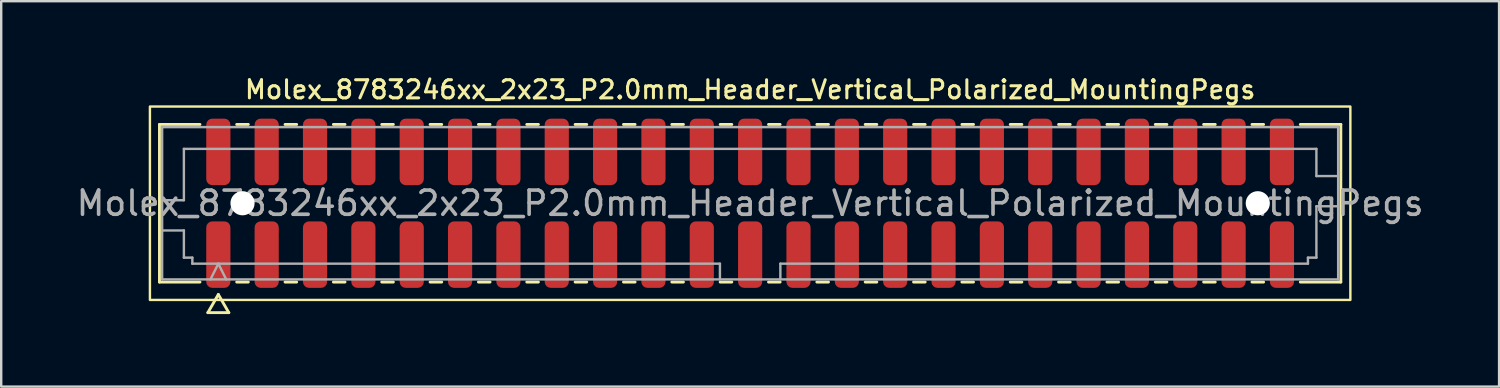
<source format=kicad_pcb>
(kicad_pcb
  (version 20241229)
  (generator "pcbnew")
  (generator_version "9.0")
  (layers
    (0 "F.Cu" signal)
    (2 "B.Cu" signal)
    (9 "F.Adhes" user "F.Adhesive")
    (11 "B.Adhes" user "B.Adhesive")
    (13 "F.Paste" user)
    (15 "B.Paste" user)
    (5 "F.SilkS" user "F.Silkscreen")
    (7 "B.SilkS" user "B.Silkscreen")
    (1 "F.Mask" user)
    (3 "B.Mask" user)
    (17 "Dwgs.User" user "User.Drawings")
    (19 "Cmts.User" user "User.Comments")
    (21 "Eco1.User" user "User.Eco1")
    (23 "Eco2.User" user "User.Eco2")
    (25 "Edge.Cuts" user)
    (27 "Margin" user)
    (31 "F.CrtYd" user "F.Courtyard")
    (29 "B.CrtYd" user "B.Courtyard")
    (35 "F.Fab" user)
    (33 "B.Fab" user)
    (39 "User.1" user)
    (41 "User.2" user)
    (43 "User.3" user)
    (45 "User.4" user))
  (footprint "Molex_8783246xx_2x23_P2.0mm_Header_Vertical_Polarized_MountingPegs"
    (layer "F.Cu")
    (at 27.982 5.358)
    (property "Reference" "Molex_8783246xx_2x23_P2.0mm_Header_Vertical_Polarized_MountingPegs" (at 0 -4.7 0) (layer "F.SilkS") (effects (font (size 0.75 0.75) (thickness 0.125))))
    (attr smd)
    (fp_line (start -24.435 -3.26) (end -22.76 -3.26) (stroke (width 0.12) (type solid)) (layer "F.SilkS"))
    (fp_line (start -24.435 3.26) (end -24.435 -3.26) (stroke (width 0.12) (type solid)) (layer "F.SilkS"))
    (fp_line (start -22.76 3.26) (end -24.435 3.26) (stroke (width 0.12) (type solid)) (layer "F.SilkS"))
    (fp_line (start -22.433 4.525) (end -22 3.775) (stroke (width 0.12) (type solid)) (layer "F.SilkS"))
    (fp_line (start -22 3.775) (end -21.567 4.525) (stroke (width 0.12) (type solid)) (layer "F.SilkS"))
    (fp_line (start -21.567 4.525) (end -22.433 4.525) (stroke (width 0.12) (type solid)) (layer "F.SilkS"))
    (fp_line (start -21.24 -3.26) (end -20.76 -3.26) (stroke (width 0.12) (type solid)) (layer "F.SilkS"))
    (fp_line (start -20.76 3.26) (end -21.24 3.26) (stroke (width 0.12) (type solid)) (layer "F.SilkS"))
    (fp_line (start -19.24 -3.26) (end -18.76 -3.26) (stroke (width 0.12) (type solid)) (layer "F.SilkS"))
    (fp_line (start -18.76 3.26) (end -19.24 3.26) (stroke (width 0.12) (type solid)) (layer "F.SilkS"))
    (fp_line (start -17.24 -3.26) (end -16.76 -3.26) (stroke (width 0.12) (type solid)) (layer "F.SilkS"))
    (fp_line (start -16.76 3.26) (end -17.24 3.26) (stroke (width 0.12) (type solid)) (layer "F.SilkS"))
    (fp_line (start -15.24 -3.26) (end -14.76 -3.26) (stroke (width 0.12) (type solid)) (layer "F.SilkS"))
    (fp_line (start -14.76 3.26) (end -15.24 3.26) (stroke (width 0.12) (type solid)) (layer "F.SilkS"))
    (fp_line (start -13.24 -3.26) (end -12.76 -3.26) (stroke (width 0.12) (type solid)) (layer "F.SilkS"))
    (fp_line (start -12.76 3.26) (end -13.24 3.26) (stroke (width 0.12) (type solid)) (layer "F.SilkS"))
    (fp_line (start -11.24 -3.26) (end -10.76 -3.26) (stroke (width 0.12) (type solid)) (layer "F.SilkS"))
    (fp_line (start -10.76 3.26) (end -11.24 3.26) (stroke (width 0.12) (type solid)) (layer "F.SilkS"))
    (fp_line (start -9.24 -3.26) (end -8.76 -3.26) (stroke (width 0.12) (type solid)) (layer "F.SilkS"))
    (fp_line (start -8.76 3.26) (end -9.24 3.26) (stroke (width 0.12) (type solid)) (layer "F.SilkS"))
    (fp_line (start -7.24 -3.26) (end -6.76 -3.26) (stroke (width 0.12) (type solid)) (layer "F.SilkS"))
    (fp_line (start -6.76 3.26) (end -7.24 3.26) (stroke (width 0.12) (type solid)) (layer "F.SilkS"))
    (fp_line (start -5.24 -3.26) (end -4.76 -3.26) (stroke (width 0.12) (type solid)) (layer "F.SilkS"))
    (fp_line (start -4.76 3.26) (end -5.24 3.26) (stroke (width 0.12) (type solid)) (layer "F.SilkS"))
    (fp_line (start -3.24 -3.26) (end -2.76 -3.26) (stroke (width 0.12) (type solid)) (layer "F.SilkS"))
    (fp_line (start -2.76 3.26) (end -3.24 3.26) (stroke (width 0.12) (type solid)) (layer "F.SilkS"))
    (fp_line (start -1.24 -3.26) (end -0.76 -3.26) (stroke (width 0.12) (type solid)) (layer "F.SilkS"))
    (fp_line (start -0.76 3.26) (end -1.24 3.26) (stroke (width 0.12) (type solid)) (layer "F.SilkS"))
    (fp_line (start 0.76 -3.26) (end 1.24 -3.26) (stroke (width 0.12) (type solid)) (layer "F.SilkS"))
    (fp_line (start 1.24 3.26) (end 0.76 3.26) (stroke (width 0.12) (type solid)) (layer "F.SilkS"))
    (fp_line (start 2.76 -3.26) (end 3.24 -3.26) (stroke (width 0.12) (type solid)) (layer "F.SilkS"))
    (fp_line (start 3.24 3.26) (end 2.76 3.26) (stroke (width 0.12) (type solid)) (layer "F.SilkS"))
    (fp_line (start 4.76 -3.26) (end 5.24 -3.26) (stroke (width 0.12) (type solid)) (layer "F.SilkS"))
    (fp_line (start 5.24 3.26) (end 4.76 3.26) (stroke (width 0.12) (type solid)) (layer "F.SilkS"))
    (fp_line (start 6.76 -3.26) (end 7.24 -3.26) (stroke (width 0.12) (type solid)) (layer "F.SilkS"))
    (fp_line (start 7.24 3.26) (end 6.76 3.26) (stroke (width 0.12) (type solid)) (layer "F.SilkS"))
    (fp_line (start 8.76 -3.26) (end 9.24 -3.26) (stroke (width 0.12) (type solid)) (layer "F.SilkS"))
    (fp_line (start 9.24 3.26) (end 8.76 3.26) (stroke (width 0.12) (type solid)) (layer "F.SilkS"))
    (fp_line (start 10.76 -3.26) (end 11.24 -3.26) (stroke (width 0.12) (type solid)) (layer "F.SilkS"))
    (fp_line (start 11.24 3.26) (end 10.76 3.26) (stroke (width 0.12) (type solid)) (layer "F.SilkS"))
    (fp_line (start 12.76 -3.26) (end 13.24 -3.26) (stroke (width 0.12) (type solid)) (layer "F.SilkS"))
    (fp_line (start 13.24 3.26) (end 12.76 3.26) (stroke (width 0.12) (type solid)) (layer "F.SilkS"))
    (fp_line (start 14.76 -3.26) (end 15.24 -3.26) (stroke (width 0.12) (type solid)) (layer "F.SilkS"))
    (fp_line (start 15.24 3.26) (end 14.76 3.26) (stroke (width 0.12) (type solid)) (layer "F.SilkS"))
    (fp_line (start 16.76 -3.26) (end 17.24 -3.26) (stroke (width 0.12) (type solid)) (layer "F.SilkS"))
    (fp_line (start 17.24 3.26) (end 16.76 3.26) (stroke (width 0.12) (type solid)) (layer "F.SilkS"))
    (fp_line (start 18.76 -3.26) (end 19.24 -3.26) (stroke (width 0.12) (type solid)) (layer "F.SilkS"))
    (fp_line (start 19.24 3.26) (end 18.76 3.26) (stroke (width 0.12) (type solid)) (layer "F.SilkS"))
    (fp_line (start 20.76 -3.26) (end 21.24 -3.26) (stroke (width 0.12) (type solid)) (layer "F.SilkS"))
    (fp_line (start 21.24 3.26) (end 20.76 3.26) (stroke (width 0.12) (type solid)) (layer "F.SilkS"))
    (fp_line (start 22.76 -3.26) (end 24.435 -3.26) (stroke (width 0.12) (type solid)) (layer "F.SilkS"))
    (fp_line (start 24.435 -3.26) (end 24.435 3.26) (stroke (width 0.12) (type solid)) (layer "F.SilkS"))
    (fp_line (start 24.435 3.26) (end 22.76 3.26) (stroke (width 0.12) (type solid)) (layer "F.SilkS"))
    (fp_rect (start -24.83 -4) (end 24.83 4) (stroke (width 0.1) (type solid)) (fill no) (layer "F.SilkS"))
    (fp_line (start -24.325 -3.15) (end 24.325 -3.15) (stroke (width 0.1) (type solid)) (layer "F.Fab"))
    (fp_line (start -24.325 -0.125) (end -23.425 -0.125) (stroke (width 0.1) (type solid)) (layer "F.Fab"))
    (fp_line (start -24.325 1.125) (end -23.425 1.125) (stroke (width 0.1) (type solid)) (layer "F.Fab"))
    (fp_line (start -24.325 3.15) (end -24.325 -3.15) (stroke (width 0.1) (type solid)) (layer "F.Fab"))
    (fp_line (start -23.425 -2.25) (end 23.425 -2.25) (stroke (width 0.1) (type solid)) (layer "F.Fab"))
    (fp_line (start -23.425 -0.125) (end -23.425 -2.25) (stroke (width 0.1) (type solid)) (layer "F.Fab"))
    (fp_line (start -23.425 1.125) (end -23.425 2.25) (stroke (width 0.1) (type solid)) (layer "F.Fab"))
    (fp_line (start -23.425 2.25) (end -23.075 2.25) (stroke (width 0.1) (type solid)) (layer "F.Fab"))
    (fp_line (start -23.075 2.25) (end -23.075 2.5) (stroke (width 0.1) (type solid)) (layer "F.Fab"))
    (fp_line (start -23.075 2.5) (end -1.25 2.5) (stroke (width 0.1) (type solid)) (layer "F.Fab"))
    (fp_line (start -22.325 3.15) (end -22 2.5) (stroke (width 0.1) (type solid)) (layer "F.Fab"))
    (fp_line (start -22 2.5) (end -21.675 3.15) (stroke (width 0.1) (type solid)) (layer "F.Fab"))
    (fp_line (start -1.25 2.5) (end -1.25 3.15) (stroke (width 0.1) (type solid)) (layer "F.Fab"))
    (fp_line (start 1.25 2.5) (end 1.25 3.15) (stroke (width 0.1) (type solid)) (layer "F.Fab"))
    (fp_line (start 1.25 2.5) (end 23.075 2.5) (stroke (width 0.1) (type solid)) (layer "F.Fab"))
    (fp_line (start 23.075 2.25) (end 23.425 2.25) (stroke (width 0.1) (type solid)) (layer "F.Fab"))
    (fp_line (start 23.075 2.5) (end 23.075 2.25) (stroke (width 0.1) (type solid)) (layer "F.Fab"))
    (fp_line (start 23.425 -2.25) (end 23.425 -1.125) (stroke (width 0.1) (type solid)) (layer "F.Fab"))
    (fp_line (start 23.425 -1.125) (end 24.325 -1.125) (stroke (width 0.1) (type solid)) (layer "F.Fab"))
    (fp_line (start 23.425 0.125) (end 24.325 0.125) (stroke (width 0.1) (type solid)) (layer "F.Fab"))
    (fp_line (start 23.425 2.25) (end 23.425 0.125) (stroke (width 0.1) (type solid)) (layer "F.Fab"))
    (fp_line (start 24.325 -3.15) (end 24.325 3.15) (stroke (width 0.1) (type solid)) (layer "F.Fab"))
    (fp_line (start 24.325 3.15) (end -24.325 3.15) (stroke (width 0.1) (type solid)) (layer "F.Fab"))
    (fp_text user "${REFERENCE}" (at 0 0 0) (layer "F.Fab") (effects (font (size 1 1) (thickness 0.15))))
    (pad "" np_thru_hole circle (at -21 0) (size 1 1) (drill 1) (layers "*.Cu" "*.Mask"))
    (pad "" np_thru_hole circle (at 21 0) (size 1 1) (drill 1) (layers "*.Cu" "*.Mask"))
    (pad "1" smd roundrect (at -22 2.125) (size 1 2.75) (layers "F.Cu" "F.Mask" "F.Paste") (roundrect_rratio 0.25))
    (pad "2" smd roundrect (at -22 -2.125) (size 1 2.75) (layers "F.Cu" "F.Mask" "F.Paste") (roundrect_rratio 0.25))
    (pad "3" smd roundrect (at -20 2.125) (size 1 2.75) (layers "F.Cu" "F.Mask" "F.Paste") (roundrect_rratio 0.25))
    (pad "4" smd roundrect (at -20 -2.125) (size 1 2.75) (layers "F.Cu" "F.Mask" "F.Paste") (roundrect_rratio 0.25))
    (pad "5" smd roundrect (at -18 2.125) (size 1 2.75) (layers "F.Cu" "F.Mask" "F.Paste") (roundrect_rratio 0.25))
    (pad "6" smd roundrect (at -18 -2.125) (size 1 2.75) (layers "F.Cu" "F.Mask" "F.Paste") (roundrect_rratio 0.25))
    (pad "7" smd roundrect (at -16 2.125) (size 1 2.75) (layers "F.Cu" "F.Mask" "F.Paste") (roundrect_rratio 0.25))
    (pad "8" smd roundrect (at -16 -2.125) (size 1 2.75) (layers "F.Cu" "F.Mask" "F.Paste") (roundrect_rratio 0.25))
    (pad "9" smd roundrect (at -14 2.125) (size 1 2.75) (layers "F.Cu" "F.Mask" "F.Paste") (roundrect_rratio 0.25))
    (pad "10" smd roundrect (at -14 -2.125) (size 1 2.75) (layers "F.Cu" "F.Mask" "F.Paste") (roundrect_rratio 0.25))
    (pad "11" smd roundrect (at -12 2.125) (size 1 2.75) (layers "F.Cu" "F.Mask" "F.Paste") (roundrect_rratio 0.25))
    (pad "12" smd roundrect (at -12 -2.125) (size 1 2.75) (layers "F.Cu" "F.Mask" "F.Paste") (roundrect_rratio 0.25))
    (pad "13" smd roundrect (at -10 2.125) (size 1 2.75) (layers "F.Cu" "F.Mask" "F.Paste") (roundrect_rratio 0.25))
    (pad "14" smd roundrect (at -10 -2.125) (size 1 2.75) (layers "F.Cu" "F.Mask" "F.Paste") (roundrect_rratio 0.25))
    (pad "15" smd roundrect (at -8 2.125) (size 1 2.75) (layers "F.Cu" "F.Mask" "F.Paste") (roundrect_rratio 0.25))
    (pad "16" smd roundrect (at -8 -2.125) (size 1 2.75) (layers "F.Cu" "F.Mask" "F.Paste") (roundrect_rratio 0.25))
    (pad "17" smd roundrect (at -6 2.125) (size 1 2.75) (layers "F.Cu" "F.Mask" "F.Paste") (roundrect_rratio 0.25))
    (pad "18" smd roundrect (at -6 -2.125) (size 1 2.75) (layers "F.Cu" "F.Mask" "F.Paste") (roundrect_rratio 0.25))
    (pad "19" smd roundrect (at -4 2.125) (size 1 2.75) (layers "F.Cu" "F.Mask" "F.Paste") (roundrect_rratio 0.25))
    (pad "20" smd roundrect (at -4 -2.125) (size 1 2.75) (layers "F.Cu" "F.Mask" "F.Paste") (roundrect_rratio 0.25))
    (pad "21" smd roundrect (at -2 2.125) (size 1 2.75) (layers "F.Cu" "F.Mask" "F.Paste") (roundrect_rratio 0.25))
    (pad "22" smd roundrect (at -2 -2.125) (size 1 2.75) (layers "F.Cu" "F.Mask" "F.Paste") (roundrect_rratio 0.25))
    (pad "23" smd roundrect (at 0 2.125) (size 1 2.75) (layers "F.Cu" "F.Mask" "F.Paste") (roundrect_rratio 0.25))
    (pad "24" smd roundrect (at 0 -2.125) (size 1 2.75) (layers "F.Cu" "F.Mask" "F.Paste") (roundrect_rratio 0.25))
    (pad "25" smd roundrect (at 2 2.125) (size 1 2.75) (layers "F.Cu" "F.Mask" "F.Paste") (roundrect_rratio 0.25))
    (pad "26" smd roundrect (at 2 -2.125) (size 1 2.75) (layers "F.Cu" "F.Mask" "F.Paste") (roundrect_rratio 0.25))
    (pad "27" smd roundrect (at 4 2.125) (size 1 2.75) (layers "F.Cu" "F.Mask" "F.Paste") (roundrect_rratio 0.25))
    (pad "28" smd roundrect (at 4 -2.125) (size 1 2.75) (layers "F.Cu" "F.Mask" "F.Paste") (roundrect_rratio 0.25))
    (pad "29" smd roundrect (at 6 2.125) (size 1 2.75) (layers "F.Cu" "F.Mask" "F.Paste") (roundrect_rratio 0.25))
    (pad "30" smd roundrect (at 6 -2.125) (size 1 2.75) (layers "F.Cu" "F.Mask" "F.Paste") (roundrect_rratio 0.25))
    (pad "31" smd roundrect (at 8 2.125) (size 1 2.75) (layers "F.Cu" "F.Mask" "F.Paste") (roundrect_rratio 0.25))
    (pad "32" smd roundrect (at 8 -2.125) (size 1 2.75) (layers "F.Cu" "F.Mask" "F.Paste") (roundrect_rratio 0.25))
    (pad "33" smd roundrect (at 10 2.125) (size 1 2.75) (layers "F.Cu" "F.Mask" "F.Paste") (roundrect_rratio 0.25))
    (pad "34" smd roundrect (at 10 -2.125) (size 1 2.75) (layers "F.Cu" "F.Mask" "F.Paste") (roundrect_rratio 0.25))
    (pad "35" smd roundrect (at 12 2.125) (size 1 2.75) (layers "F.Cu" "F.Mask" "F.Paste") (roundrect_rratio 0.25))
    (pad "36" smd roundrect (at 12 -2.125) (size 1 2.75) (layers "F.Cu" "F.Mask" "F.Paste") (roundrect_rratio 0.25))
    (pad "37" smd roundrect (at 14 2.125) (size 1 2.75) (layers "F.Cu" "F.Mask" "F.Paste") (roundrect_rratio 0.25))
    (pad "38" smd roundrect (at 14 -2.125) (size 1 2.75) (layers "F.Cu" "F.Mask" "F.Paste") (roundrect_rratio 0.25))
    (pad "39" smd roundrect (at 16 2.125) (size 1 2.75) (layers "F.Cu" "F.Mask" "F.Paste") (roundrect_rratio 0.25))
    (pad "40" smd roundrect (at 16 -2.125) (size 1 2.75) (layers "F.Cu" "F.Mask" "F.Paste") (roundrect_rratio 0.25))
    (pad "41" smd roundrect (at 18 2.125) (size 1 2.75) (layers "F.Cu" "F.Mask" "F.Paste") (roundrect_rratio 0.25))
    (pad "42" smd roundrect (at 18 -2.125) (size 1 2.75) (layers "F.Cu" "F.Mask" "F.Paste") (roundrect_rratio 0.25))
    (pad "43" smd roundrect (at 20 2.125) (size 1 2.75) (layers "F.Cu" "F.Mask" "F.Paste") (roundrect_rratio 0.25))
    (pad "44" smd roundrect (at 20 -2.125) (size 1 2.75) (layers "F.Cu" "F.Mask" "F.Paste") (roundrect_rratio 0.25))
    (pad "45" smd roundrect (at 22 2.125) (size 1 2.75) (layers "F.Cu" "F.Mask" "F.Paste") (roundrect_rratio 0.25))
    (pad "46" smd roundrect (at 22 -2.125) (size 1 2.75) (layers "F.Cu" "F.Mask" "F.Paste") (roundrect_rratio 0.25)))
  (gr_rect
    (start -3 -3)
    (end 58.964 12.943)
    (stroke (width 0.1) (type default))
    (fill no)
    (layer "Edge.Cuts")))
</source>
